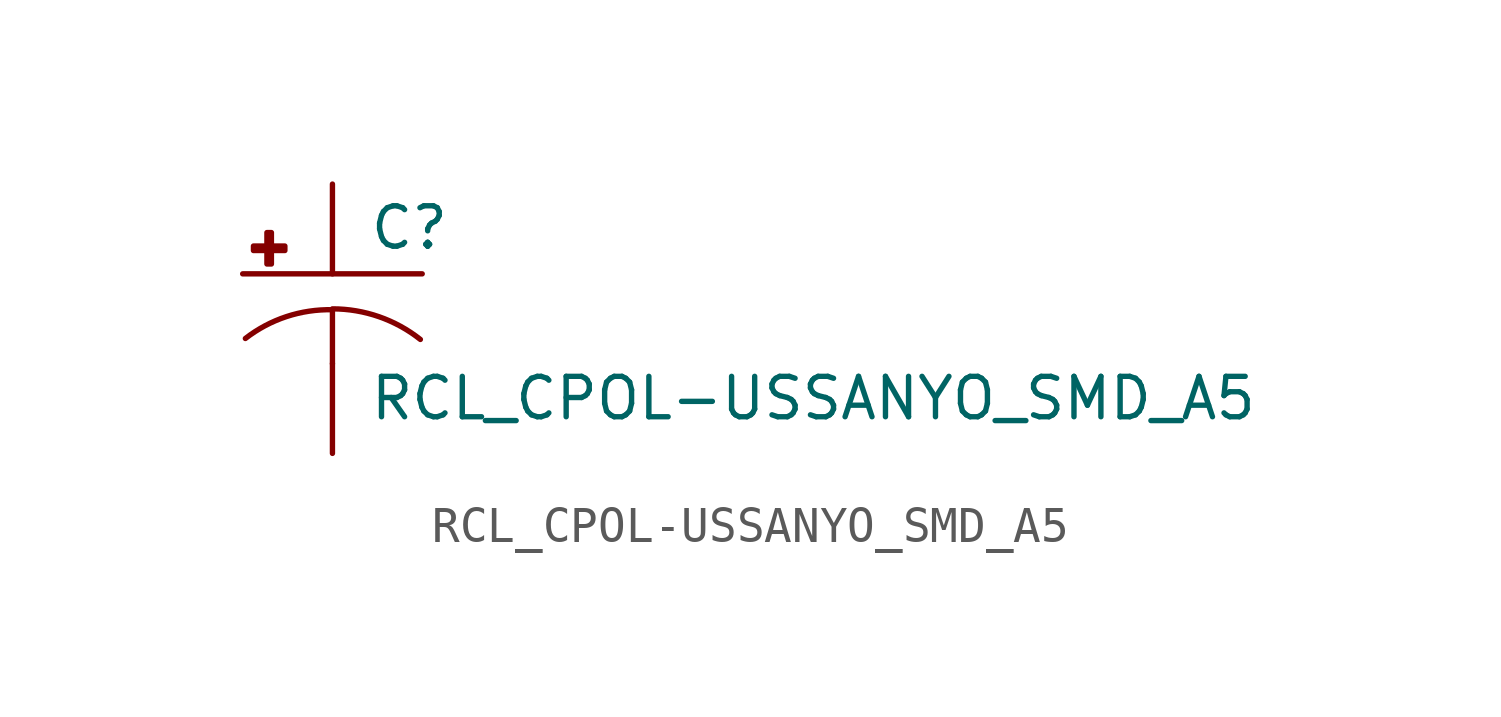
<source format=kicad_sym>
(kicad_symbol_lib
  (version 20210619)
  (generator kicad_symbol_editor)
  (symbol "RCL_CPOL-USSANYO_SMD_A5"
    (pin_numbers hide)
    (pin_names
      (offset 1.016) hide)
    (property "Reference" "C"
      (at 1.016 0.635 0)
      (effects (font (size 1.143 1.143)) (justify left bottom)))
    (property "Value" "RCL_CPOL-USSANYO_SMD_A5"
      (at 1.016 -4.191 0)
      (effects (font (size 1.143 1.143)) (justify left bottom)))
    (property "ki_locked" ""
      (at 0 0 0)
      (effects (font (size 1.27 1.27))))
    (symbol "RCL_CPOL-USSANYO_SMD_A5_1_0"
      (polyline (pts (xy -2.54 0) (xy 2.54 0)) (stroke (width 0)) (fill (type none)))
      (polyline (pts (xy 0 -1.016) (xy 0 -2.54)) (stroke (width 0)) (fill (type none)))
      (polyline (pts (xy 0 -1.016) (xy 0 -1.016)) (stroke (width 0)) (fill (type none))))
    (symbol "RCL_CPOL-USSANYO_SMD_A5_1_1"
      (arc (start 0 -1.016) (end -2.4638 -1.8288) (radius (at 0 -5.0546) (length 4.0386) (angles 90.1 127.3)) (stroke (width 0)) (fill (type none)))
      (arc (start 2.4892 -1.8542) (end 0 -0.9906) (radius (at 0 -5.0292) (length 4.0386) (angles 52.3 89.9)) (stroke (width 0)) (fill (type none)))
      (rectangle (start -2.235 0.66) (end -1.346 0.787) (stroke (width 0)) (fill (type outline)))
      (rectangle (start -1.854 0.279) (end -1.727 1.168) (stroke (width 0)) (fill (type outline)))
      (pin passive line (at 0 2.54 270) (length 2.54) (name "+" (effects (font (size 1.016 1.016)))) (number "+" (effects (font (size 1.016 1.016)))))
      (pin passive line (at 0 -5.08 90) (length 2.54) (name "-" (effects (font (size 1.016 1.016)))) (number "-" (effects (font (size 1.016 1.016))))))))
</source>
